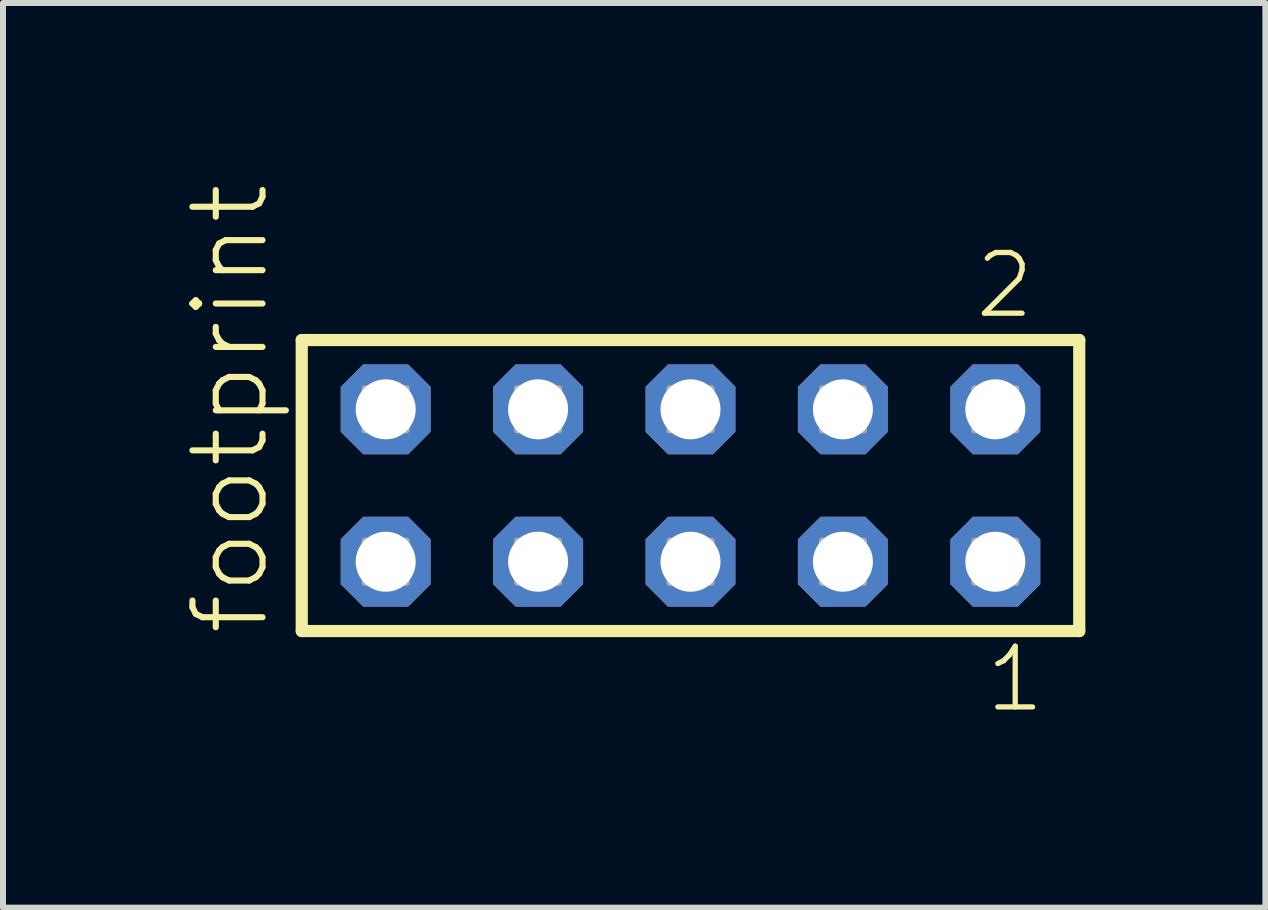
<source format=kicad_pcb>
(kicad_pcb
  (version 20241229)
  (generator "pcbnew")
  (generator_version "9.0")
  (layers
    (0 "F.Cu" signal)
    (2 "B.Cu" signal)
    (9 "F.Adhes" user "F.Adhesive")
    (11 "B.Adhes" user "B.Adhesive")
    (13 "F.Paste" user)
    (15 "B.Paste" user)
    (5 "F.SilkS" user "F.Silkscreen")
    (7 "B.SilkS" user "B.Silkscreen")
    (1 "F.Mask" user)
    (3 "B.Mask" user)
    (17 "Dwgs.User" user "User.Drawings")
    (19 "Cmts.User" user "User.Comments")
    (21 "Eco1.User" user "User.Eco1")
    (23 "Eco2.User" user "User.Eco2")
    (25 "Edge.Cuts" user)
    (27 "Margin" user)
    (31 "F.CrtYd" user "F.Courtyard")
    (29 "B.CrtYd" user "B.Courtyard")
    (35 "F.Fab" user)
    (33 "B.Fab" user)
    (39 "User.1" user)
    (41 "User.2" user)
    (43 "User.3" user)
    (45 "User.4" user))
  (footprint "footprint"
    (layer "F.Cu")
    (at 8.458 5.042)
    (property "Reference" "footprint" (at -6.985 2.54 90) (layer "F.SilkS") (effects (font (size 1.168 1.168) (thickness 0.102)) (justify left bottom)))
    (fp_line (start -6.479 -2.425) (end 6.479 -2.425) (stroke (width 0.203) (type solid)) (layer "F.SilkS"))
    (fp_line (start -6.479 2.425) (end -6.479 -2.425) (stroke (width 0.203) (type solid)) (layer "F.SilkS"))
    (fp_line (start 6.479 -2.425) (end 6.479 2.425) (stroke (width 0.203) (type solid)) (layer "F.SilkS"))
    (fp_line (start 6.479 2.425) (end -6.479 2.425) (stroke (width 0.203) (type solid)) (layer "F.SilkS"))
    (fp_poly (pts (xy -5.43 -0.92) (xy -4.73 -0.92) (xy -4.73 -1.62) (xy -5.43 -1.62)) (stroke (width 0.1) (type solid)) (fill no) (layer "F.Fab"))
    (fp_poly (pts (xy -5.43 1.62) (xy -4.73 1.62) (xy -4.73 0.92) (xy -5.43 0.92)) (stroke (width 0.1) (type solid)) (fill no) (layer "F.Fab"))
    (fp_poly (pts (xy -2.89 -0.92) (xy -2.19 -0.92) (xy -2.19 -1.62) (xy -2.89 -1.62)) (stroke (width 0.1) (type solid)) (fill no) (layer "F.Fab"))
    (fp_poly (pts (xy -2.89 1.62) (xy -2.19 1.62) (xy -2.19 0.92) (xy -2.89 0.92)) (stroke (width 0.1) (type solid)) (fill no) (layer "F.Fab"))
    (fp_poly (pts (xy -0.35 -0.92) (xy 0.35 -0.92) (xy 0.35 -1.62) (xy -0.35 -1.62)) (stroke (width 0.1) (type solid)) (fill no) (layer "F.Fab"))
    (fp_poly (pts (xy -0.35 1.62) (xy 0.35 1.62) (xy 0.35 0.92) (xy -0.35 0.92)) (stroke (width 0.1) (type solid)) (fill no) (layer "F.Fab"))
    (fp_poly (pts (xy 2.19 -0.92) (xy 2.89 -0.92) (xy 2.89 -1.62) (xy 2.19 -1.62)) (stroke (width 0.1) (type solid)) (fill no) (layer "F.Fab"))
    (fp_poly (pts (xy 2.19 1.62) (xy 2.89 1.62) (xy 2.89 0.92) (xy 2.19 0.92)) (stroke (width 0.1) (type solid)) (fill no) (layer "F.Fab"))
    (fp_poly (pts (xy 4.73 -0.92) (xy 5.43 -0.92) (xy 5.43 -1.62) (xy 4.73 -1.62)) (stroke (width 0.1) (type solid)) (fill no) (layer "F.Fab"))
    (fp_poly (pts (xy 4.73 1.62) (xy 5.43 1.62) (xy 5.43 0.92) (xy 4.73 0.92)) (stroke (width 0.1) (type solid)) (fill no) (layer "F.Fab"))
    (fp_text user "1" (at 4.872 3.818 0) (layer "F.SilkS") (effects (font (size 1.012 1.012) (thickness 0.088)) (justify left bottom)))
    (fp_text user "2" (at 4.697 -2.744 0) (layer "F.SilkS") (effects (font (size 1.012 1.012) (thickness 0.088)) (justify left bottom)))
    (pad "1" thru_hole roundrect (at 5.08 1.27 180) (size 1.5 1.5) (drill 1) (layers "*.Cu" "*.Mask") (roundrect_rratio 0.25) (chamfer_ratio 0.25) (chamfer top_left top_right bottom_left bottom_right))
    (pad "2" thru_hole roundrect (at 5.08 -1.27 180) (size 1.5 1.5) (drill 1) (layers "*.Cu" "*.Mask") (roundrect_rratio 0.25) (chamfer_ratio 0.25) (chamfer top_left top_right bottom_left bottom_right))
    (pad "3" thru_hole roundrect (at 2.54 1.27 180) (size 1.5 1.5) (drill 1) (layers "*.Cu" "*.Mask") (roundrect_rratio 0.25) (chamfer_ratio 0.25) (chamfer top_left top_right bottom_left bottom_right))
    (pad "4" thru_hole roundrect (at 2.54 -1.27 180) (size 1.5 1.5) (drill 1) (layers "*.Cu" "*.Mask") (roundrect_rratio 0.25) (chamfer_ratio 0.25) (chamfer top_left top_right bottom_left bottom_right))
    (pad "5" thru_hole roundrect (at 0 1.27 180) (size 1.5 1.5) (drill 1) (layers "*.Cu" "*.Mask") (roundrect_rratio 0.25) (chamfer_ratio 0.25) (chamfer top_left top_right bottom_left bottom_right))
    (pad "6" thru_hole roundrect (at 0 -1.27 180) (size 1.5 1.5) (drill 1) (layers "*.Cu" "*.Mask") (roundrect_rratio 0.25) (chamfer_ratio 0.25) (chamfer top_left top_right bottom_left bottom_right))
    (pad "7" thru_hole roundrect (at -2.54 1.27 180) (size 1.5 1.5) (drill 1) (layers "*.Cu" "*.Mask") (roundrect_rratio 0.25) (chamfer_ratio 0.25) (chamfer top_left top_right bottom_left bottom_right))
    (pad "8" thru_hole roundrect (at -2.54 -1.27 180) (size 1.5 1.5) (drill 1) (layers "*.Cu" "*.Mask") (roundrect_rratio 0.25) (chamfer_ratio 0.25) (chamfer top_left top_right bottom_left bottom_right))
    (pad "9" thru_hole roundrect (at -5.08 1.27 180) (size 1.5 1.5) (drill 1) (layers "*.Cu" "*.Mask") (roundrect_rratio 0.25) (chamfer_ratio 0.25) (chamfer top_left top_right bottom_left bottom_right))
    (pad "10" thru_hole roundrect (at -5.08 -1.27 180) (size 1.5 1.5) (drill 1) (layers "*.Cu" "*.Mask") (roundrect_rratio 0.25) (chamfer_ratio 0.25) (chamfer top_left top_right bottom_left bottom_right)))
  (gr_rect
    (start -3 -3)
    (end 18.039 12.077)
    (stroke (width 0.1) (type default))
    (fill no)
    (layer "Edge.Cuts")))
</source>
